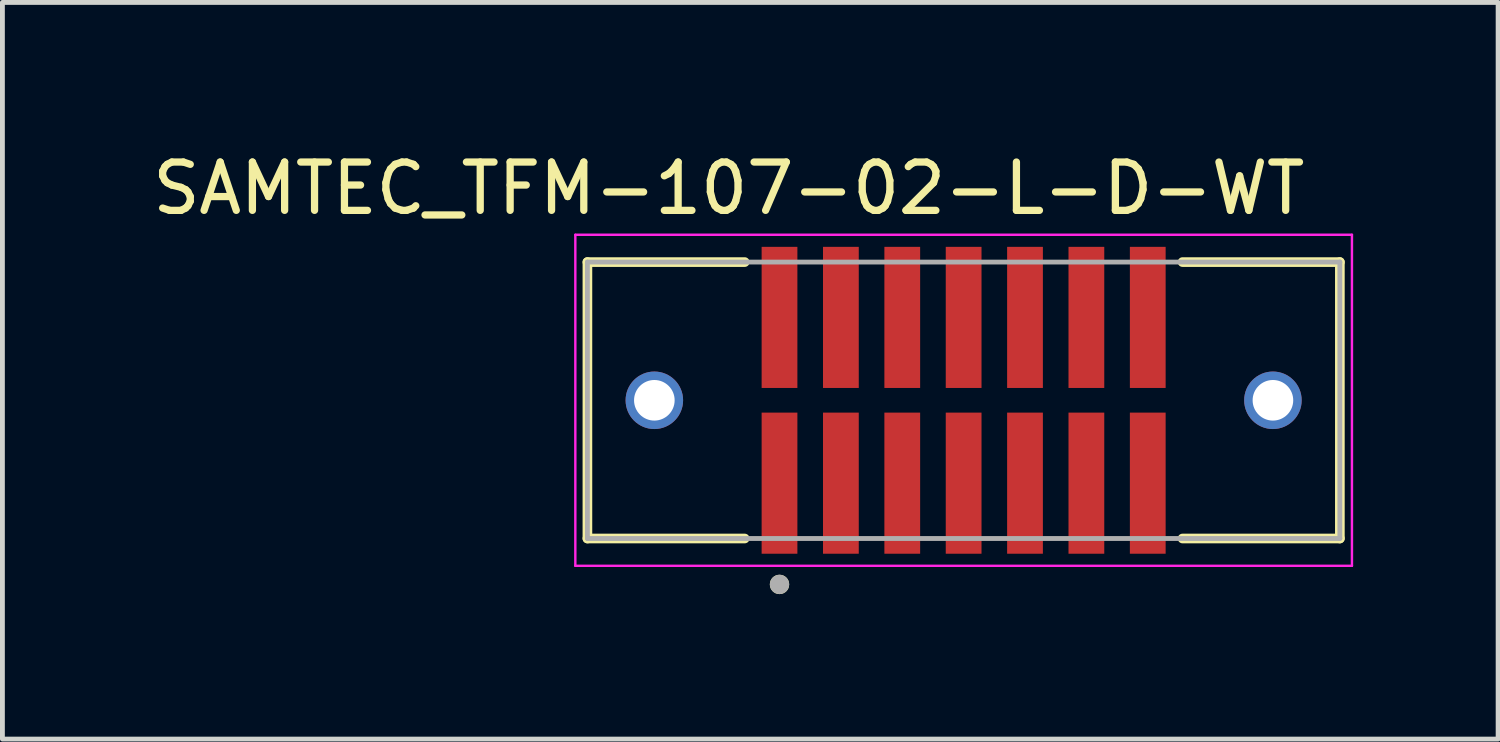
<source format=kicad_pcb>
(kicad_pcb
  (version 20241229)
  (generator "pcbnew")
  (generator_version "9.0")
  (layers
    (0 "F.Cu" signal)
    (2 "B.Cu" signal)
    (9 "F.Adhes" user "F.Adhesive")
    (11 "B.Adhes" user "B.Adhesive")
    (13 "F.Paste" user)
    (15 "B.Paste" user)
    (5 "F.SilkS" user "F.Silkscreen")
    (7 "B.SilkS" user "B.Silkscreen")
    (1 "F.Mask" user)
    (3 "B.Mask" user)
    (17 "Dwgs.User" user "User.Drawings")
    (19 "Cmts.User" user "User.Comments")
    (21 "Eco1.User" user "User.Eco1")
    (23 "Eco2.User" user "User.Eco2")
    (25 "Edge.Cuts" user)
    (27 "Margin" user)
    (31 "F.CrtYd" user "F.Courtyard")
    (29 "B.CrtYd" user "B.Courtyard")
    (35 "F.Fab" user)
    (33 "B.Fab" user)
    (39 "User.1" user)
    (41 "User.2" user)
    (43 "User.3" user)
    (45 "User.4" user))
  (footprint "SAMTEC_TFM-107-02-L-D-WT"
    (layer "F.Cu")
    (at 16.89 5.233)
    (property "Reference" "SAMTEC_TFM-107-02-L-D-WT" (at -4.86 -4.385 0) (layer "F.SilkS") (effects (font (size 1 1) (thickness 0.15))))
    (attr smd)
    (fp_line (start -7.785 -2.86) (end -7.785 2.86) (stroke (width 0.2) (type solid)) (layer "F.SilkS"))
    (fp_line (start -7.785 -2.86) (end -4.53 -2.86) (stroke (width 0.2) (type solid)) (layer "F.SilkS"))
    (fp_line (start -7.785 2.86) (end -4.53 2.86) (stroke (width 0.2) (type solid)) (layer "F.SilkS"))
    (fp_line (start 7.785 -2.86) (end 4.53 -2.86) (stroke (width 0.2) (type solid)) (layer "F.SilkS"))
    (fp_line (start 7.785 -2.86) (end 7.785 2.86) (stroke (width 0.2) (type solid)) (layer "F.SilkS"))
    (fp_line (start 7.785 2.86) (end 4.53 2.86) (stroke (width 0.2) (type solid)) (layer "F.SilkS"))
    (fp_circle (center -3.81 3.81) (end -3.71 3.81) (stroke (width 0.2) (type solid)) (fill no) (layer "F.SilkS"))
    (fp_circle (center -6.4 0) (end -5.923 0) (stroke (width 0.955) (type solid)) (fill no) (layer "F.Paste"))
    (fp_circle (center 6.4 0) (end 6.878 0) (stroke (width 0.955) (type solid)) (fill no) (layer "F.Paste"))
    (fp_line (start -8.035 -3.425) (end -8.035 3.425) (stroke (width 0.05) (type solid)) (layer "F.CrtYd"))
    (fp_line (start -8.035 -3.425) (end 8.035 -3.425) (stroke (width 0.05) (type solid)) (layer "F.CrtYd"))
    (fp_line (start 8.035 -3.425) (end 8.035 3.425) (stroke (width 0.05) (type solid)) (layer "F.CrtYd"))
    (fp_line (start 8.035 3.425) (end -8.035 3.425) (stroke (width 0.05) (type solid)) (layer "F.CrtYd"))
    (fp_line (start -7.785 -2.86) (end -7.785 2.86) (stroke (width 0.1) (type solid)) (layer "F.Fab"))
    (fp_line (start -7.785 -2.86) (end 7.785 -2.86) (stroke (width 0.1) (type solid)) (layer "F.Fab"))
    (fp_line (start -7.785 2.86) (end 7.785 2.86) (stroke (width 0.1) (type solid)) (layer "F.Fab"))
    (fp_line (start 7.785 -2.86) (end 7.785 2.86) (stroke (width 0.1) (type solid)) (layer "F.Fab"))
    (fp_circle (center -3.81 3.81) (end -3.71 3.81) (stroke (width 0.2) (type solid)) (fill no) (layer "F.Fab"))
    (pad "01" smd rect (at -3.81 1.715) (size 0.74 2.92) (layers "F.Cu" "F.Mask" "F.Paste"))
    (pad "02" smd rect (at -3.81 -1.715) (size 0.74 2.92) (layers "F.Cu" "F.Mask" "F.Paste"))
    (pad "03" smd rect (at -2.54 1.715) (size 0.74 2.92) (layers "F.Cu" "F.Mask" "F.Paste"))
    (pad "04" smd rect (at -2.54 -1.715) (size 0.74 2.92) (layers "F.Cu" "F.Mask" "F.Paste"))
    (pad "05" smd rect (at -1.27 1.715) (size 0.74 2.92) (layers "F.Cu" "F.Mask" "F.Paste"))
    (pad "06" smd rect (at -1.27 -1.715) (size 0.74 2.92) (layers "F.Cu" "F.Mask" "F.Paste"))
    (pad "07" smd rect (at 0 1.715) (size 0.74 2.92) (layers "F.Cu" "F.Mask" "F.Paste"))
    (pad "08" smd rect (at 0 -1.715) (size 0.74 2.92) (layers "F.Cu" "F.Mask" "F.Paste"))
    (pad "09" smd rect (at 1.27 1.715) (size 0.74 2.92) (layers "F.Cu" "F.Mask" "F.Paste"))
    (pad "10" smd rect (at 1.27 -1.715) (size 0.74 2.92) (layers "F.Cu" "F.Mask" "F.Paste"))
    (pad "11" smd rect (at 2.54 1.715) (size 0.74 2.92) (layers "F.Cu" "F.Mask" "F.Paste"))
    (pad "12" smd rect (at 2.54 -1.715) (size 0.74 2.92) (layers "F.Cu" "F.Mask" "F.Paste"))
    (pad "13" smd rect (at 3.81 1.715) (size 0.74 2.92) (layers "F.Cu" "F.Mask" "F.Paste"))
    (pad "14" smd rect (at 3.81 -1.715) (size 0.74 2.92) (layers "F.Cu" "F.Mask" "F.Paste"))
    (pad "S1" thru_hole circle (at 6.4 0) (size 1.19 1.19) (drill 0.84) (layers "*.Cu" "*.Mask"))
    (pad "S2" thru_hole circle (at -6.4 0) (size 1.19 1.19) (drill 0.84) (layers "*.Cu" "*.Mask")))
  (gr_rect
    (start -3 -3)
    (end 27.95 12.243)
    (stroke (width 0.1) (type default))
    (fill no)
    (layer "Edge.Cuts")))
</source>
